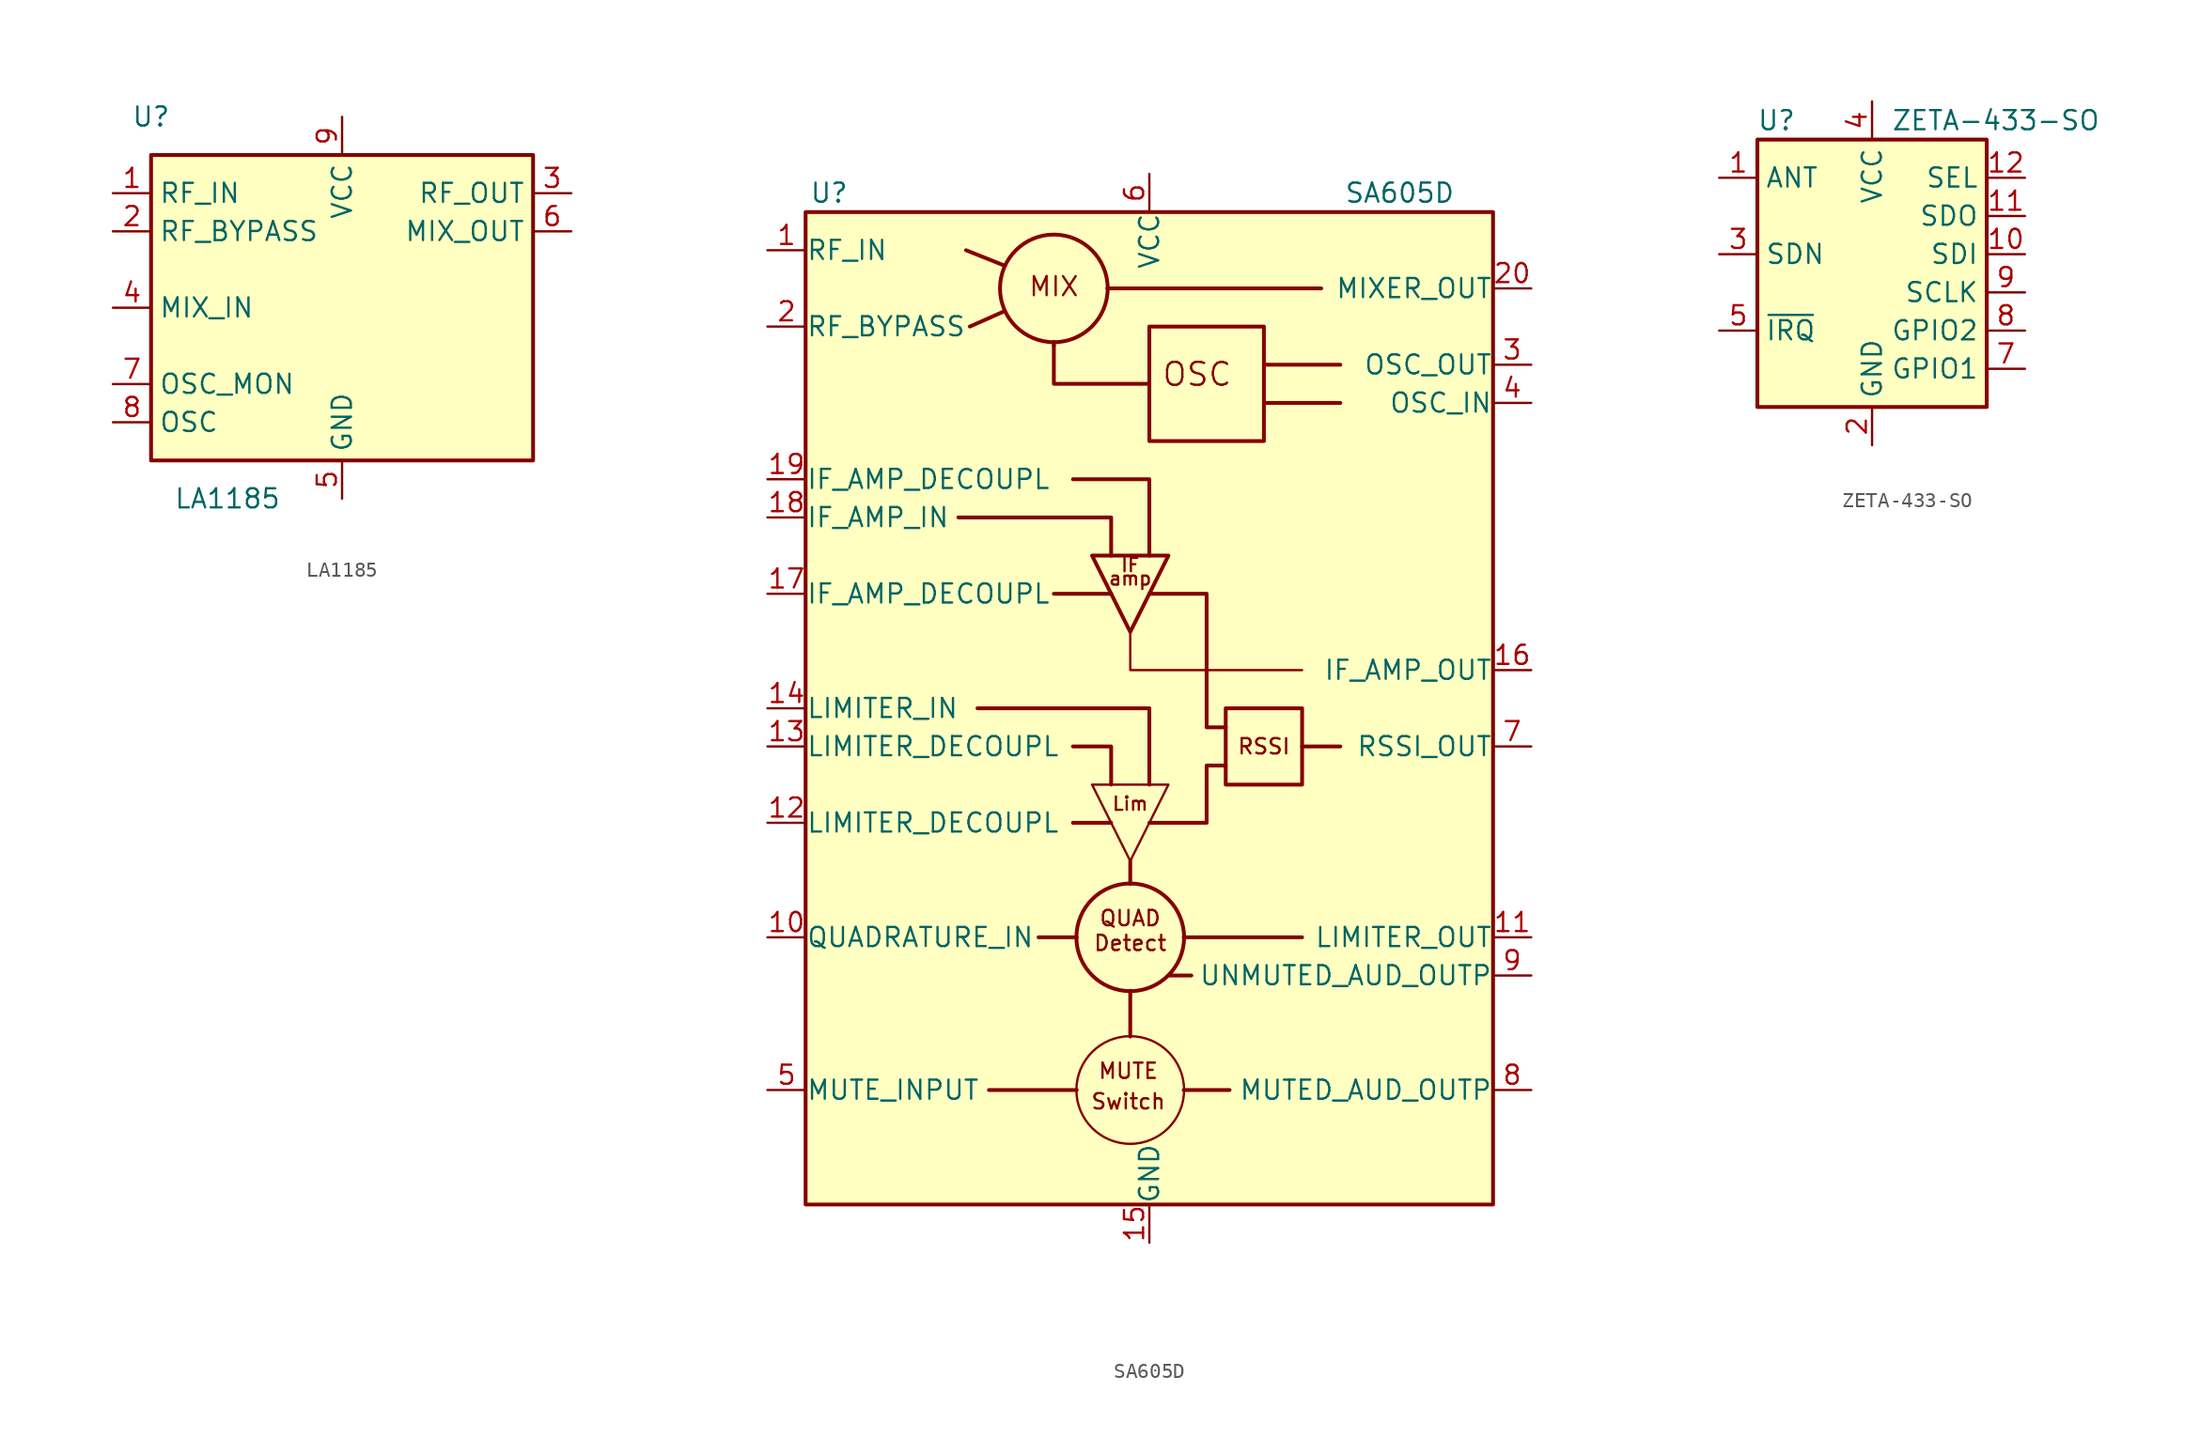
<source format=kicad_sym>
(kicad_symbol_lib
  (version 20201005)
  (generator kicad_symbol_editor)
  (symbol "RF_AM_FM:LA1185"
    (property "Reference" "U"
      (at -12.7 12.7 0)
      (effects (font (size 1.27 1.27))))
    (property "Value" "LA1185"
      (at -7.62 -12.7 0)
      (effects (font (size 1.27 1.27))))
    (symbol "LA1185_0_1"
      (rectangle (start -12.7 10.16) (end 12.7 -10.16) (stroke (width 0.254)) (fill (type background))))
    (symbol "LA1185_1_1"
      (pin input line (at -15.24 7.62 0) (length 2.54) (name "RF_IN" (effects (font (size 1.27 1.27)))) (number "1" (effects (font (size 1.27 1.27)))))
      (pin passive line (at -15.24 5.08 0) (length 2.54) (name "RF_BYPASS" (effects (font (size 1.27 1.27)))) (number "2" (effects (font (size 1.27 1.27)))))
      (pin output line (at 15.24 7.62 180) (length 2.54) (name "RF_OUT" (effects (font (size 1.27 1.27)))) (number "3" (effects (font (size 1.27 1.27)))))
      (pin input line (at -15.24 0 0) (length 2.54) (name "MIX_IN" (effects (font (size 1.27 1.27)))) (number "4" (effects (font (size 1.27 1.27)))))
      (pin power_in line (at 0 -12.7 90) (length 2.54) (name "GND" (effects (font (size 1.27 1.27)))) (number "5" (effects (font (size 1.27 1.27)))))
      (pin output line (at 15.24 5.08 180) (length 2.54) (name "MIX_OUT" (effects (font (size 1.27 1.27)))) (number "6" (effects (font (size 1.27 1.27)))))
      (pin passive line (at -15.24 -5.08 0) (length 2.54) (name "OSC_MON" (effects (font (size 1.27 1.27)))) (number "7" (effects (font (size 1.27 1.27)))))
      (pin output line (at -15.24 -7.62 0) (length 2.54) (name "OSC" (effects (font (size 1.27 1.27)))) (number "8" (effects (font (size 1.27 1.27)))))
      (pin power_in line (at 0 12.7 270) (length 2.54) (name "VCC" (effects (font (size 1.27 1.27)))) (number "9" (effects (font (size 1.27 1.27)))))))
  (symbol "RF_AM_FM:SA605D"
    (pin_names
      (offset 0.025))
    (property "Reference" "U"
      (at -22.606 24.13 0)
      (effects (font (size 1.27 1.27)) (justify left)))
    (property "Value" "SA605D"
      (at 12.954 24.13 0)
      (effects (font (size 1.27 1.27)) (justify left)))
    (symbol "SA605D_0_0"
      (circle (center -1.27 -35.56) (radius 3.581) (stroke (width 0)) (fill (type none)))
      (circle (center -1.27 -25.4) (radius 3.581) (stroke (width 0.254)) (fill (type none)))
      (text "amp" (at -1.27 -1.524 0) (effects (font (size 0.889 0.889))))
      (text "Detect" (at -1.27 -25.781 0) (effects (font (size 1.016 1.016))))
      (text "IF" (at -1.27 -0.635 0) (effects (font (size 0.889 0.889))))
      (text "Lim" (at -1.27 -16.51 0) (effects (font (size 0.889 0.889))))
      (text "MIX" (at -6.35 17.907 0) (effects (font (size 1.27 1.27))))
      (text "MUTE" (at -1.397 -34.29 0) (effects (font (size 1.016 1.016))))
      (text "OSC" (at 3.175 12.065 0) (effects (font (size 1.524 1.524))))
      (text "QUAD" (at -1.27 -24.13 0) (effects (font (size 1.016 1.016))))
      (text "RSSI" (at 7.62 -12.7 0) (effects (font (size 1.016 1.016))))
      (text "Switch" (at -1.397 -36.322 0) (effects (font (size 1.016 1.016))))
      (polyline (pts (xy -12.192 20.32) (xy -9.652 19.304)) (stroke (width 0.254)) (fill (type none)))
      (polyline (pts (xy -11.938 15.24) (xy -9.652 16.256)) (stroke (width 0.254)) (fill (type none)))
      (polyline (pts (xy -6.35 -2.54) (xy -2.54 -2.54)) (stroke (width 0.254)) (fill (type none)))
      (polyline (pts (xy -6.35 13.97) (xy -6.35 14.224)) (stroke (width 0.254)) (fill (type none)))
      (polyline (pts (xy -4.826 -35.56) (xy -10.668 -35.56)) (stroke (width 0.254)) (fill (type none)))
      (polyline (pts (xy -4.826 -25.4) (xy -7.366 -25.4)) (stroke (width 0.254)) (fill (type none)))
      (polyline (pts (xy -2.54 -17.78) (xy -5.08 -17.78)) (stroke (width 0.254)) (fill (type none)))
      (polyline (pts (xy -2.54 17.78) (xy -2.794 17.78)) (stroke (width 0.254)) (fill (type none)))
      (polyline (pts (xy -1.27 -28.956) (xy -1.27 -32.004)) (stroke (width 0.254)) (fill (type none)))
      (polyline (pts (xy -1.27 -20.32) (xy -1.27 -21.844)) (stroke (width 0.254)) (fill (type none)))
      (polyline (pts (xy 1.27 -27.94) (xy 2.794 -27.94)) (stroke (width 0.254)) (fill (type none)))
      (polyline (pts (xy 2.286 -35.56) (xy 5.334 -35.56)) (stroke (width 0.254)) (fill (type none)))
      (polyline (pts (xy 2.286 -25.4) (xy 10.16 -25.4)) (stroke (width 0.254)) (fill (type none)))
      (polyline (pts (xy 7.62 10.16) (xy 12.7 10.16)) (stroke (width 0.254)) (fill (type none)))
      (polyline (pts (xy 10.16 -12.7) (xy 12.7 -12.7)) (stroke (width 0.254)) (fill (type none)))
      (polyline (pts (xy 11.43 17.78) (xy -2.54 17.78)) (stroke (width 0.254)) (fill (type none)))
      (polyline (pts (xy 12.7 12.7) (xy 7.62 12.7)) (stroke (width 0.254)) (fill (type none)))
      (polyline (pts (xy -12.7 2.54) (xy -2.54 2.54) (xy -2.54 0)) (stroke (width 0.254)) (fill (type none)))
      (polyline (pts (xy -11.43 -10.16) (xy 0 -10.16) (xy 0 -15.24)) (stroke (width 0.254)) (fill (type none)))
      (polyline (pts (xy -5.08 5.08) (xy 0 5.08) (xy 0 0)) (stroke (width 0.254)) (fill (type none)))
      (polyline (pts (xy -2.54 -15.24) (xy -2.54 -12.7) (xy -5.08 -12.7)) (stroke (width 0.254)) (fill (type none)))
      (polyline (pts (xy 0 11.43) (xy -6.35 11.43) (xy -6.35 13.97)) (stroke (width 0.254)) (fill (type none)))
      (polyline (pts (xy 0 -17.78) (xy 3.81 -17.78) (xy 3.81 -13.97) (xy 5.08 -13.97)) (stroke (width 0.254)) (fill (type none)))
      (polyline (pts (xy 0 -2.54) (xy 3.81 -2.54) (xy 3.81 -11.43) (xy 5.08 -11.43)) (stroke (width 0.254)) (fill (type none)))
      (polyline (pts (xy 1.27 -15.24) (xy -3.81 -15.24) (xy -1.27 -20.32) (xy 1.27 -15.24) (xy 1.27 -15.24)) (stroke (width 0)) (fill (type background)))
      (polyline (pts (xy 1.27 0) (xy -3.81 0) (xy -1.27 -5.08) (xy 1.27 0) (xy 1.27 0)) (stroke (width 0.254)) (fill (type background))))
    (symbol "SA605D_0_1"
      (circle (center -6.35 17.78) (radius 3.581) (stroke (width 0.254)) (fill (type none)))
      (rectangle (start -22.86 22.86) (end 22.86 -43.18) (stroke (width 0.254)) (fill (type background)))
      (rectangle (start 0 15.24) (end 7.62 7.62) (stroke (width 0.254)) (fill (type none)))
      (rectangle (start 5.08 -10.16) (end 10.16 -15.24) (stroke (width 0.254)) (fill (type none)))
      (polyline (pts (xy -1.27 -5.08) (xy -1.27 -7.62) (xy 10.16 -7.62)) (stroke (width 0)) (fill (type none))))
    (symbol "SA605D_1_1"
      (pin input line (at -25.4 20.32 0) (length 2.54) (name "RF_IN" (effects (font (size 1.27 1.27)))) (number "1" (effects (font (size 1.27 1.27)))))
      (pin input line (at -25.4 -25.4 0) (length 2.54) (name "QUADRATURE_IN" (effects (font (size 1.27 1.27)))) (number "10" (effects (font (size 1.27 1.27)))))
      (pin output line (at 25.4 -25.4 180) (length 2.54) (name "LIMITER_OUT" (effects (font (size 1.27 1.27)))) (number "11" (effects (font (size 1.27 1.27)))))
      (pin input line (at -25.4 -17.78 0) (length 2.54) (name "LIMITER_DECOUPL" (effects (font (size 1.27 1.27)))) (number "12" (effects (font (size 1.27 1.27)))))
      (pin input line (at -25.4 -12.7 0) (length 2.54) (name "LIMITER_DECOUPL" (effects (font (size 1.27 1.27)))) (number "13" (effects (font (size 1.27 1.27)))))
      (pin input line (at -25.4 -10.16 0) (length 2.54) (name "LIMITER_IN" (effects (font (size 1.27 1.27)))) (number "14" (effects (font (size 1.27 1.27)))))
      (pin power_in line (at 0 -45.72 90) (length 2.54) (name "GND" (effects (font (size 1.27 1.27)))) (number "15" (effects (font (size 1.27 1.27)))))
      (pin output line (at 25.4 -7.62 180) (length 2.54) (name "IF_AMP_OUT" (effects (font (size 1.27 1.27)))) (number "16" (effects (font (size 1.27 1.27)))))
      (pin input line (at -25.4 -2.54 0) (length 2.54) (name "IF_AMP_DECOUPL" (effects (font (size 1.27 1.27)))) (number "17" (effects (font (size 1.27 1.27)))))
      (pin input line (at -25.4 2.54 0) (length 2.54) (name "IF_AMP_IN" (effects (font (size 1.27 1.27)))) (number "18" (effects (font (size 1.27 1.27)))))
      (pin input line (at -25.4 5.08 0) (length 2.54) (name "IF_AMP_DECOUPL" (effects (font (size 1.27 1.27)))) (number "19" (effects (font (size 1.27 1.27)))))
      (pin input line (at -25.4 15.24 0) (length 2.54) (name "RF_BYPASS" (effects (font (size 1.27 1.27)))) (number "2" (effects (font (size 1.27 1.27)))))
      (pin output line (at 25.4 17.78 180) (length 2.54) (name "MIXER_OUT" (effects (font (size 1.27 1.27)))) (number "20" (effects (font (size 1.27 1.27)))))
      (pin output line (at 25.4 12.7 180) (length 2.54) (name "OSC_OUT" (effects (font (size 1.27 1.27)))) (number "3" (effects (font (size 1.27 1.27)))))
      (pin input line (at 25.4 10.16 180) (length 2.54) (name "OSC_IN" (effects (font (size 1.27 1.27)))) (number "4" (effects (font (size 1.27 1.27)))))
      (pin input line (at -25.4 -35.56 0) (length 2.54) (name "MUTE_INPUT" (effects (font (size 1.27 1.27)))) (number "5" (effects (font (size 1.27 1.27)))))
      (pin power_in line (at 0 25.4 270) (length 2.54) (name "VCC" (effects (font (size 1.27 1.27)))) (number "6" (effects (font (size 1.27 1.27)))))
      (pin output line (at 25.4 -12.7 180) (length 2.54) (name "RSSI_OUT" (effects (font (size 1.27 1.27)))) (number "7" (effects (font (size 1.27 1.27)))))
      (pin output line (at 25.4 -35.56 180) (length 2.54) (name "MUTED_AUD_OUTP" (effects (font (size 1.27 1.27)))) (number "8" (effects (font (size 1.27 1.27)))))
      (pin output line (at 25.4 -27.94 180) (length 2.54) (name "UNMUTED_AUD_OUTP" (effects (font (size 1.27 1.27)))) (number "9" (effects (font (size 1.27 1.27)))))))
  (symbol "RF_AM_FM:ZETA-433-SO"
    (property "Reference" "U"
      (at -6.35 8.89 0)
      (effects (font (size 1.27 1.27))))
    (property "Value" "ZETA-433-SO"
      (at 1.27 8.89 0)
      (effects (font (size 1.27 1.27)) (justify left)))
    (symbol "ZETA-433-SO_0_1"
      (rectangle (start 7.62 -10.16) (end -7.62 7.62) (stroke (width 0.254)) (fill (type background))))
    (symbol "ZETA-433-SO_1_1"
      (pin bidirectional line (at -10.16 5.08 0) (length 2.54) (name "ANT" (effects (font (size 1.27 1.27)))) (number "1" (effects (font (size 1.27 1.27)))))
      (pin input line (at 10.16 0 180) (length 2.54) (name "SDI" (effects (font (size 1.27 1.27)))) (number "10" (effects (font (size 1.27 1.27)))))
      (pin output line (at 10.16 2.54 180) (length 2.54) (name "SDO" (effects (font (size 1.27 1.27)))) (number "11" (effects (font (size 1.27 1.27)))))
      (pin input line (at 10.16 5.08 180) (length 2.54) (name "SEL" (effects (font (size 1.27 1.27)))) (number "12" (effects (font (size 1.27 1.27)))))
      (pin power_in line (at 0 -12.7 90) (length 2.54) (name "GND" (effects (font (size 1.27 1.27)))) (number "2" (effects (font (size 1.27 1.27)))))
      (pin input line (at -10.16 0 0) (length 2.54) (name "SDN" (effects (font (size 1.27 1.27)))) (number "3" (effects (font (size 1.27 1.27)))))
      (pin power_in line (at 0 10.16 270) (length 2.54) (name "VCC" (effects (font (size 1.27 1.27)))) (number "4" (effects (font (size 1.27 1.27)))))
      (pin output line (at -10.16 -5.08 0) (length 2.54) (name "~IRQ" (effects (font (size 1.27 1.27)))) (number "5" (effects (font (size 1.27 1.27)))))
      (pin no_connect line (at -7.62 -7.62 0) (length 2.54) hide (name "NC" (effects (font (size 1.27 1.27)))) (number "6" (effects (font (size 1.27 1.27)))))
      (pin bidirectional line (at 10.16 -7.62 180) (length 2.54) (name "GPIO1" (effects (font (size 1.27 1.27)))) (number "7" (effects (font (size 1.27 1.27)))))
      (pin bidirectional line (at 10.16 -5.08 180) (length 2.54) (name "GPIO2" (effects (font (size 1.27 1.27)))) (number "8" (effects (font (size 1.27 1.27)))))
      (pin input line (at 10.16 -2.54 180) (length 2.54) (name "SCLK" (effects (font (size 1.27 1.27)))) (number "9" (effects (font (size 1.27 1.27))))))))
</source>
